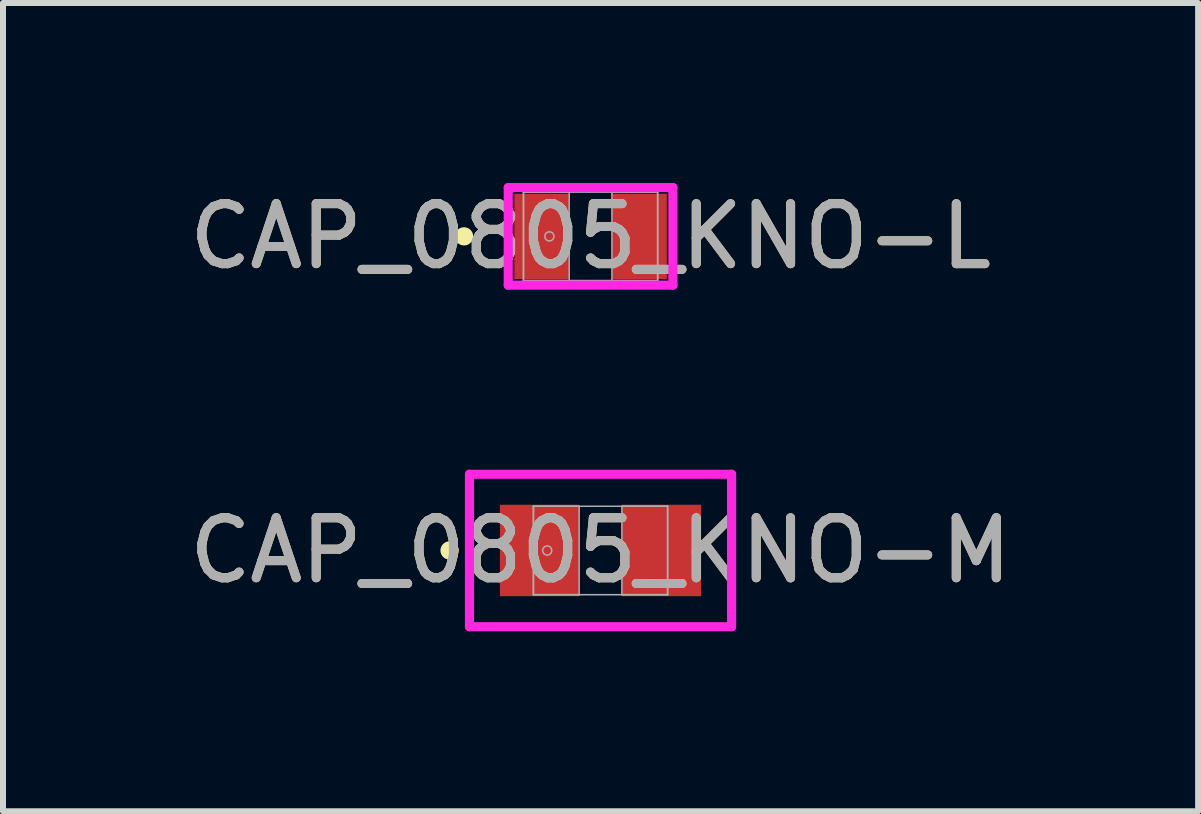
<source format=kicad_pcb>
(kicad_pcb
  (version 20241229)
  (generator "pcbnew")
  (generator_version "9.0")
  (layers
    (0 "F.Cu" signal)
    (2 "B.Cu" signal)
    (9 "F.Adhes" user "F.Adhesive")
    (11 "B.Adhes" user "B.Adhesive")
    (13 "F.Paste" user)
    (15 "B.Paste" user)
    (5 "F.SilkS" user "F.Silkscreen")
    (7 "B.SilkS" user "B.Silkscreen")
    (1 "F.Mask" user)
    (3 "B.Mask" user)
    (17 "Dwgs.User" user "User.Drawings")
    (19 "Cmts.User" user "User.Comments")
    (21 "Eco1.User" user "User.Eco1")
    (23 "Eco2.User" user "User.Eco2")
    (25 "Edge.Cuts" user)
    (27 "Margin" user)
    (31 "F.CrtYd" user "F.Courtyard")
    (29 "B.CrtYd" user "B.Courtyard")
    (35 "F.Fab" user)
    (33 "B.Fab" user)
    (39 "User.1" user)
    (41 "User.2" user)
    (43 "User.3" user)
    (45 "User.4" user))
  (footprint "CAP_0805_KNO-L"
    (layer "F.Cu")
    (at 6.792 0.889)
    (property "Reference" "CAP_0805_KNO-L" (at 0 0 0) (unlocked yes) (layer "F.SilkS") (effects (font (size 1 1) (thickness 0.15))))
    (attr smd)
    (fp_circle (center -2.108 0) (end -2.032 0) (stroke (width 0.152) (type solid)) (fill no) (layer "F.SilkS"))
    (fp_line (start -1.372 -0.813) (end 1.372 -0.813) (stroke (width 0.152) (type solid)) (layer "F.CrtYd"))
    (fp_line (start -1.372 0.813) (end -1.372 -0.813) (stroke (width 0.152) (type solid)) (layer "F.CrtYd"))
    (fp_line (start 1.372 -0.813) (end 1.372 0.813) (stroke (width 0.152) (type solid)) (layer "F.CrtYd"))
    (fp_line (start 1.372 0.813) (end -1.372 0.813) (stroke (width 0.152) (type solid)) (layer "F.CrtYd"))
    (fp_line (start -1.118 -0.737) (end -1.118 0.737) (stroke (width 0.025) (type solid)) (layer "F.Fab"))
    (fp_line (start -1.118 -0.737) (end -1.118 0.737) (stroke (width 0.025) (type solid)) (layer "F.Fab"))
    (fp_line (start -1.118 0.737) (end -0.356 0.737) (stroke (width 0.025) (type solid)) (layer "F.Fab"))
    (fp_line (start -1.118 0.737) (end 1.118 0.737) (stroke (width 0.025) (type solid)) (layer "F.Fab"))
    (fp_line (start -0.356 -0.737) (end -1.118 -0.737) (stroke (width 0.025) (type solid)) (layer "F.Fab"))
    (fp_line (start -0.356 0.737) (end -0.356 -0.737) (stroke (width 0.025) (type solid)) (layer "F.Fab"))
    (fp_line (start 0.356 -0.737) (end 0.356 0.737) (stroke (width 0.025) (type solid)) (layer "F.Fab"))
    (fp_line (start 0.356 0.737) (end 1.118 0.737) (stroke (width 0.025) (type solid)) (layer "F.Fab"))
    (fp_line (start 1.118 -0.737) (end -1.118 -0.737) (stroke (width 0.025) (type solid)) (layer "F.Fab"))
    (fp_line (start 1.118 -0.737) (end 0.356 -0.737) (stroke (width 0.025) (type solid)) (layer "F.Fab"))
    (fp_line (start 1.118 0.737) (end 1.118 -0.737) (stroke (width 0.025) (type solid)) (layer "F.Fab"))
    (fp_line (start 1.118 0.737) (end 1.118 -0.737) (stroke (width 0.025) (type solid)) (layer "F.Fab"))
    (fp_circle (center -0.686 0) (end -0.61 0) (stroke (width 0.025) (type solid)) (fill no) (layer "F.Fab"))
    (fp_text user "${REFERENCE}" (at 0 0 0) (unlocked yes) (layer "F.Fab") (effects (font (size 1 1) (thickness 0.15))))
    (pad "1" smd rect (at -0.813 0) (size 0.914 1.422) (layers "F.Cu" "F.Mask" "F.Paste"))
    (pad "2" smd rect (at 0.813 0) (size 0.914 1.422) (layers "F.Cu" "F.Mask" "F.Paste"))
    (zone (net_name "") (layer "F.Cu") (hatch full 0.508) (connect_pads) (min_thickness 0.254) (filled_areas_thickness no) (keepout (tracks not_allowed) (vias not_allowed) (pads allowed) (copperpour not_allowed) (footprints allowed)) (placement (enabled no)) (fill) (polygon (pts (xy 6.487 0.203) (xy 7.096 0.203) (xy 7.096 1.575) (xy 6.487 1.575)))))
  (footprint "CAP_0805_KNO-M"
    (layer "F.Cu")
    (at 6.958 6.124)
    (property "Reference" "CAP_0805_KNO-M" (at 0 0 0) (unlocked yes) (layer "F.SilkS") (effects (font (size 1 1) (thickness 0.15))))
    (attr smd)
    (fp_circle (center -2.515 0) (end -2.438 0) (stroke (width 0.152) (type solid)) (fill no) (layer "F.SilkS"))
    (fp_line (start -2.184 -1.27) (end 2.184 -1.27) (stroke (width 0.152) (type solid)) (layer "F.CrtYd"))
    (fp_line (start -2.184 1.27) (end -2.184 -1.27) (stroke (width 0.152) (type solid)) (layer "F.CrtYd"))
    (fp_line (start 2.184 -1.27) (end 2.184 1.27) (stroke (width 0.152) (type solid)) (layer "F.CrtYd"))
    (fp_line (start 2.184 1.27) (end -2.184 1.27) (stroke (width 0.152) (type solid)) (layer "F.CrtYd"))
    (fp_line (start -1.118 -0.737) (end -1.118 0.737) (stroke (width 0.025) (type solid)) (layer "F.Fab"))
    (fp_line (start -1.118 -0.737) (end -1.118 0.737) (stroke (width 0.025) (type solid)) (layer "F.Fab"))
    (fp_line (start -1.118 0.737) (end -0.356 0.737) (stroke (width 0.025) (type solid)) (layer "F.Fab"))
    (fp_line (start -1.118 0.737) (end 1.118 0.737) (stroke (width 0.025) (type solid)) (layer "F.Fab"))
    (fp_line (start -0.356 -0.737) (end -1.118 -0.737) (stroke (width 0.025) (type solid)) (layer "F.Fab"))
    (fp_line (start -0.356 0.737) (end -0.356 -0.737) (stroke (width 0.025) (type solid)) (layer "F.Fab"))
    (fp_line (start 0.356 -0.737) (end 0.356 0.737) (stroke (width 0.025) (type solid)) (layer "F.Fab"))
    (fp_line (start 0.356 0.737) (end 1.118 0.737) (stroke (width 0.025) (type solid)) (layer "F.Fab"))
    (fp_line (start 1.118 -0.737) (end -1.118 -0.737) (stroke (width 0.025) (type solid)) (layer "F.Fab"))
    (fp_line (start 1.118 -0.737) (end 0.356 -0.737) (stroke (width 0.025) (type solid)) (layer "F.Fab"))
    (fp_line (start 1.118 0.737) (end 1.118 -0.737) (stroke (width 0.025) (type solid)) (layer "F.Fab"))
    (fp_line (start 1.118 0.737) (end 1.118 -0.737) (stroke (width 0.025) (type solid)) (layer "F.Fab"))
    (fp_circle (center -0.889 0) (end -0.813 0) (stroke (width 0.025) (type solid)) (fill no) (layer "F.Fab"))
    (fp_text user "${REFERENCE}" (at 0 0 0) (unlocked yes) (layer "F.Fab") (effects (font (size 1 1) (thickness 0.15))))
    (pad "1" smd rect (at -1.016 0) (size 1.321 1.524) (layers "F.Cu" "F.Mask" "F.Paste"))
    (pad "2" smd rect (at 1.016 0) (size 1.321 1.524) (layers "F.Cu" "F.Mask" "F.Paste"))
    (zone (net_name "") (layer "F.Cu") (hatch full 0.508) (connect_pads) (min_thickness 0.254) (filled_areas_thickness no) (keepout (tracks not_allowed) (vias not_allowed) (pads allowed) (copperpour not_allowed) (footprints allowed)) (placement (enabled no)) (fill) (polygon (pts (xy 6.654 5.438) (xy 7.263 5.438) (xy 7.263 6.81) (xy 6.654 6.81)))))
  (gr_rect
    (start -3 -3)
    (end 16.917 10.47)
    (stroke (width 0.1) (type default))
    (fill no)
    (layer "Edge.Cuts")))
</source>
